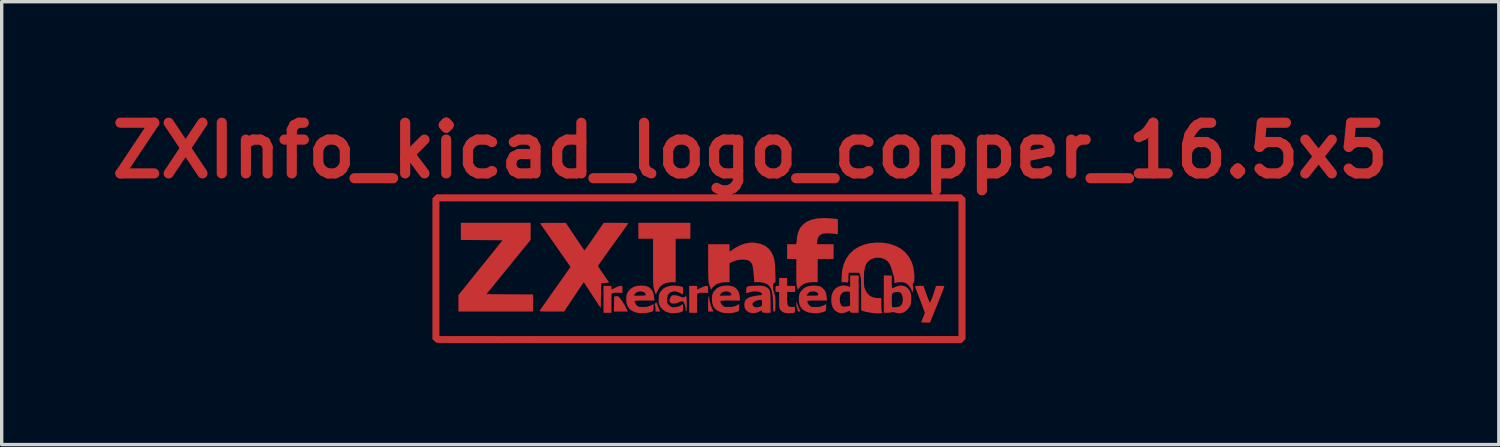
<source format=kicad_pcb>
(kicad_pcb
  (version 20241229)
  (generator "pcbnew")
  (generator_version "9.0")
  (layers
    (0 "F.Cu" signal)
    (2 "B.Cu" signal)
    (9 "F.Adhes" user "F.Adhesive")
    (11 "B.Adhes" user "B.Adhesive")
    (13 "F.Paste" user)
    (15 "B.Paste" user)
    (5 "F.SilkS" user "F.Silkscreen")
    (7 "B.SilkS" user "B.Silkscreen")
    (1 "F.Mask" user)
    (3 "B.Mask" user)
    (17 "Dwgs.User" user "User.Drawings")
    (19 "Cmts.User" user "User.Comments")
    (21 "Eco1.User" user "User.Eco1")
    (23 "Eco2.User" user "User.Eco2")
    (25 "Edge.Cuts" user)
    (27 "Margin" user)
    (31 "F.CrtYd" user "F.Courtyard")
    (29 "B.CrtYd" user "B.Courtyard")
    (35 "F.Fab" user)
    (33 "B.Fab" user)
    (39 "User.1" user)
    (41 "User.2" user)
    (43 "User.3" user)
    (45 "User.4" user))
  (footprint "ZXInfo_kicad_logo_copper_16.5x5"
    (layer "F.Cu")
    (at 17.657 4.904)
    (property "Reference" "ZXInfo_kicad_logo_copper_16.5x5" (at 1.5 -3.5 0) (layer "F.Cu") (effects (font (size 1.5 1.5) (thickness 0.3))))
    (attr board_only exclude_from_pos_files exclude_from_bom)
    (fp_poly (pts (xy -1.667 1.042) (xy -1.676 1.051) (xy -1.685 1.042) (xy -1.676 1.033)) (stroke (width 0) (type solid)) (fill yes) (layer "F.Cu"))
    (fp_poly (pts (xy 0.87 1.042) (xy 0.861 1.051) (xy 0.851 1.042) (xy 0.861 1.033)) (stroke (width 0) (type solid)) (fill yes) (layer "F.Cu"))
    (fp_poly (pts (xy 3.442 1.042) (xy 3.433 1.051) (xy 3.424 1.042) (xy 3.433 1.033)) (stroke (width 0) (type solid)) (fill yes) (layer "F.Cu"))
    (fp_poly (pts (xy 2.9 1.069) (xy 2.924 1.134) (xy 2.95 1.192) (xy 2.963 1.218) (xy 2.981 1.253) (xy 2.976 1.266) (xy 2.946 1.268) (xy 2.945 1.268) (xy 2.912 1.262) (xy 2.9 1.238) (xy 2.899 1.215) (xy 2.893 1.173) (xy 2.881 1.15) (xy 2.87 1.127) (xy 2.864 1.081) (xy 2.864 1.054) (xy 2.865 0.969)) (stroke (width 0) (type solid)) (fill yes) (layer "F.Cu"))
    (fp_poly (pts (xy 0.283 0.831) (xy 0.29 0.871) (xy 0.29 0.884) (xy 0.297 0.944) (xy 0.316 1.023) (xy 0.342 1.106) (xy 0.371 1.181) (xy 0.395 1.227) (xy 0.409 1.252) (xy 0.404 1.264) (xy 0.375 1.268) (xy 0.337 1.268) (xy 0.254 1.268) (xy 0.254 1.042) (xy 0.255 0.944) (xy 0.259 0.871) (xy 0.265 0.827) (xy 0.272 0.815)) (stroke (width 0) (type solid)) (fill yes) (layer "F.Cu"))
    (fp_poly (pts (xy -2.411 0.817) (xy -2.387 0.835) (xy -2.357 0.87) (xy -2.315 0.929) (xy -2.296 0.956) (xy -2.252 1.02) (xy -2.218 1.073) (xy -2.196 1.109) (xy -2.192 1.119) (xy -2.184 1.142) (xy -2.164 1.184) (xy -2.156 1.201) (xy -2.12 1.268) (xy -2.329 1.268) (xy -2.537 1.268) (xy -2.532 1.046) (xy -2.527 0.824) (xy -2.464 0.815) (xy -2.434 0.812)) (stroke (width 0) (type solid)) (fill yes) (layer "F.Cu"))
    (fp_poly (pts (xy -1.262 1.022) (xy -1.245 1.073) (xy -1.241 1.084) (xy -1.219 1.148) (xy -1.195 1.203) (xy -1.182 1.227) (xy -1.167 1.253) (xy -1.172 1.265) (xy -1.204 1.268) (xy -1.23 1.268) (xy -1.304 1.268) (xy -1.304 1.181) (xy -1.308 1.126) (xy -1.318 1.085) (xy -1.324 1.074) (xy -1.332 1.051) (xy -1.309 1.019) (xy -1.288 1.001) (xy -1.275 1)) (stroke (width 0) (type solid)) (fill yes) (layer "F.Cu"))
    (fp_poly (pts (xy -5 -1.107) (xy -5 -0.855) (xy -5.654 -0.052) (xy -6.308 0.752) (xy -5.618 0.757) (xy -4.928 0.761) (xy -4.928 1.015) (xy -4.928 1.268) (xy -6.033 1.268) (xy -7.138 1.268) (xy -7.138 1.024) (xy -7.138 0.779) (xy -6.485 -0.032) (xy -5.832 -0.842) (xy -6.449 -0.847) (xy -7.066 -0.852) (xy -7.066 -1.105) (xy -7.066 -1.359) (xy -6.033 -1.359) (xy -5 -1.359)) (stroke (width 0) (type solid)) (fill yes) (layer "F.Cu"))
    (fp_poly (pts (xy -2.609 0.562) (xy -2.608 0.6) (xy -2.604 0.616) (xy -2.604 0.616) (xy -2.587 0.608) (xy -2.547 0.588) (xy -2.493 0.561) (xy -2.429 0.533) (xy -2.37 0.513) (xy -2.335 0.507) (xy -2.305 0.509) (xy -2.29 0.52) (xy -2.284 0.549) (xy -2.283 0.604) (xy -2.283 0.612) (xy -2.283 0.717) (xy -2.396 0.71) (xy -2.465 0.71) (xy -2.527 0.715) (xy -2.559 0.723) (xy -2.609 0.742) (xy -2.609 1.023) (xy -2.609 1.304) (xy -2.727 1.304) (xy -2.844 1.304) (xy -2.844 0.906) (xy -2.844 0.507) (xy -2.727 0.507) (xy -2.609 0.507)) (stroke (width 0) (type solid)) (fill yes) (layer "F.Cu"))
    (fp_poly (pts (xy -0.072 0.562) (xy -0.071 0.6) (xy -0.068 0.616) (xy -0.068 0.616) (xy -0.051 0.608) (xy -0.01 0.588) (xy 0.043 0.561) (xy 0.107 0.533) (xy 0.166 0.513) (xy 0.202 0.507) (xy 0.231 0.509) (xy 0.246 0.52) (xy 0.252 0.549) (xy 0.254 0.604) (xy 0.254 0.612) (xy 0.254 0.717) (xy 0.14 0.71) (xy 0.071 0.71) (xy 0.01 0.715) (xy -0.023 0.723) (xy -0.072 0.742) (xy -0.072 1.023) (xy -0.072 1.304) (xy -0.19 1.304) (xy -0.308 1.304) (xy -0.308 0.906) (xy -0.308 0.507) (xy -0.19 0.507) (xy -0.072 0.507)) (stroke (width 0) (type solid)) (fill yes) (layer "F.Cu"))
    (fp_poly (pts (xy -0.272 -1.123) (xy -0.272 -0.888) (xy -0.489 -0.888) (xy -0.707 -0.888) (xy -0.707 -0.245) (xy -0.707 0.399) (xy -0.82 0.399) (xy -0.949 0.411) (xy -1.055 0.445) (xy -1.141 0.505) (xy -1.212 0.594) (xy -1.271 0.715) (xy -1.28 0.738) (xy -1.289 0.754) (xy -1.299 0.749) (xy -1.313 0.717) (xy -1.334 0.656) (xy -1.337 0.648) (xy -1.347 0.613) (xy -1.356 0.58) (xy -1.362 0.545) (xy -1.368 0.503) (xy -1.372 0.451) (xy -1.374 0.384) (xy -1.376 0.299) (xy -1.377 0.192) (xy -1.377 0.058) (xy -1.377 -0.107) (xy -1.377 -0.186) (xy -1.377 -0.888) (xy -1.594 -0.888) (xy -1.812 -0.888) (xy -1.812 -1.123) (xy -1.812 -1.359) (xy -1.042 -1.359) (xy -0.272 -1.359)) (stroke (width 0) (type solid)) (fill yes) (layer "F.Cu"))
    (fp_poly (pts (xy -0.734 0.785) (xy -0.707 0.788) (xy -0.643 0.799) (xy -0.588 0.816) (xy -0.567 0.826) (xy -0.517 0.846) (xy -0.468 0.85) (xy -0.432 0.836) (xy -0.423 0.824) (xy -0.408 0.797) (xy -0.395 0.805) (xy -0.387 0.85) (xy -0.382 0.93) (xy -0.38 1.033) (xy -0.382 1.133) (xy -0.386 1.209) (xy -0.392 1.255) (xy -0.399 1.268) (xy -0.409 1.252) (xy -0.416 1.211) (xy -0.417 1.181) (xy -0.42 1.126) (xy -0.428 1.087) (xy -0.433 1.077) (xy -0.448 1.047) (xy -0.456 1.015) (xy -0.476 0.977) (xy -0.517 0.963) (xy -0.573 0.973) (xy -0.618 0.995) (xy -0.682 1.021) (xy -0.753 1.032) (xy -0.82 1.027) (xy -0.868 1.006) (xy -0.871 1.005) (xy -0.889 0.965) (xy -0.888 0.91) (xy -0.867 0.852) (xy -0.84 0.812) (xy -0.815 0.792) (xy -0.784 0.783)) (stroke (width 0) (type solid)) (fill yes) (layer "F.Cu"))
    (fp_poly (pts (xy 2.591 0.39) (xy 2.591 0.507) (xy 2.708 0.507) (xy 2.826 0.507) (xy 2.826 0.598) (xy 2.826 0.688) (xy 2.708 0.688) (xy 2.591 0.688) (xy 2.591 0.865) (xy 2.593 0.969) (xy 2.601 1.043) (xy 2.617 1.09) (xy 2.644 1.118) (xy 2.685 1.13) (xy 2.732 1.132) (xy 2.826 1.132) (xy 2.826 1.216) (xy 2.825 1.267) (xy 2.815 1.293) (xy 2.789 1.305) (xy 2.758 1.311) (xy 2.633 1.32) (xy 2.52 1.306) (xy 2.506 1.303) (xy 2.456 1.277) (xy 2.408 1.237) (xy 2.402 1.23) (xy 2.383 1.206) (xy 2.37 1.182) (xy 2.362 1.151) (xy 2.357 1.106) (xy 2.356 1.039) (xy 2.355 0.944) (xy 2.355 0.932) (xy 2.355 0.688) (xy 2.301 0.688) (xy 2.269 0.686) (xy 2.253 0.674) (xy 2.247 0.643) (xy 2.247 0.598) (xy 2.248 0.544) (xy 2.255 0.517) (xy 2.274 0.508) (xy 2.301 0.507) (xy 2.355 0.507) (xy 2.355 0.39) (xy 2.355 0.272) (xy 2.473 0.272) (xy 2.591 0.272)) (stroke (width 0) (type solid)) (fill yes) (layer "F.Cu"))
    (fp_poly (pts (xy 7.813 -2.142) (xy 7.872 -2.083) (xy 7.872 0) (xy 7.872 2.083) (xy 7.813 2.142) (xy 7.753 2.201) (xy 0.004 2.205) (xy -0.524 2.205) (xy -1.043 2.205) (xy -1.552 2.205) (xy -2.05 2.205) (xy -2.534 2.205) (xy -3.006 2.205) (xy -3.462 2.205) (xy -3.902 2.204) (xy -4.324 2.204) (xy -4.728 2.204) (xy -5.113 2.203) (xy -5.476 2.203) (xy -5.818 2.202) (xy -6.136 2.201) (xy -6.43 2.201) (xy -6.698 2.2) (xy -6.94 2.199) (xy -7.153 2.199) (xy -7.338 2.198) (xy -7.492 2.197) (xy -7.614 2.196) (xy -7.704 2.195) (xy -7.76 2.194) (xy -7.781 2.193) (xy -7.781 2.193) (xy -7.818 2.17) (xy -7.859 2.133) (xy -7.863 2.129) (xy -7.908 2.081) (xy -7.908 -0.001) (xy -7.908 -1.993) (xy -7.7 -1.993) (xy -7.7 0) (xy -7.7 1.993) (xy -0.018 1.993) (xy 7.663 1.993) (xy 7.663 0) (xy 7.663 -1.993) (xy -0.018 -1.993) (xy -7.7 -1.993) (xy -7.908 -1.993) (xy -7.908 -2.083) (xy -7.849 -2.142) (xy -7.79 -2.201) (xy -0.018 -2.201) (xy 7.753 -2.201)) (stroke (width 0) (type solid)) (fill yes) (layer "F.Cu"))
    (fp_poly (pts (xy 4.71 0.752) (xy 4.71 1.304) (xy 4.584 1.304) (xy 4.517 1.303) (xy 4.479 1.299) (xy 4.461 1.289) (xy 4.457 1.271) (xy 4.457 1.269) (xy 4.455 1.25) (xy 4.444 1.245) (xy 4.415 1.254) (xy 4.362 1.278) (xy 4.362 1.278) (xy 4.272 1.311) (xy 4.195 1.319) (xy 4.118 1.302) (xy 4.084 1.288) (xy 4 1.232) (xy 3.942 1.151) (xy 3.907 1.044) (xy 3.896 0.914) (xy 4.149 0.914) (xy 4.157 0.987) (xy 4.177 1.051) (xy 4.206 1.097) (xy 4.225 1.111) (xy 4.277 1.121) (xy 4.343 1.119) (xy 4.403 1.108) (xy 4.411 1.105) (xy 4.458 1.087) (xy 4.453 0.883) (xy 4.448 0.679) (xy 4.377 0.674) (xy 4.288 0.68) (xy 4.219 0.716) (xy 4.173 0.779) (xy 4.151 0.869) (xy 4.149 0.914) (xy 3.896 0.914) (xy 3.896 0.909) (xy 3.896 0.908) (xy 3.91 0.778) (xy 3.952 0.67) (xy 4.02 0.586) (xy 4.111 0.528) (xy 4.225 0.497) (xy 4.225 0.497) (xy 4.32 0.499) (xy 4.38 0.514) (xy 4.457 0.542) (xy 4.457 0.371) (xy 4.457 0.199) (xy 4.584 0.199) (xy 4.71 0.199)) (stroke (width 0) (type solid)) (fill yes) (layer "F.Cu"))
    (fp_poly (pts (xy 6.713 0.747) (xy 6.745 0.835) (xy 6.774 0.911) (xy 6.797 0.967) (xy 6.811 0.999) (xy 6.813 1.002) (xy 6.824 0.993) (xy 6.844 0.954) (xy 6.871 0.89) (xy 6.902 0.806) (xy 6.937 0.706) (xy 6.967 0.611) (xy 7 0.507) (xy 7.123 0.507) (xy 7.185 0.509) (xy 7.229 0.514) (xy 7.247 0.521) (xy 7.247 0.521) (xy 7.24 0.54) (xy 7.222 0.589) (xy 7.193 0.664) (xy 7.156 0.759) (xy 7.111 0.872) (xy 7.061 0.997) (xy 7.034 1.064) (xy 6.821 1.594) (xy 6.69 1.594) (xy 6.626 1.593) (xy 6.579 1.589) (xy 6.559 1.584) (xy 6.558 1.584) (xy 6.565 1.563) (xy 6.583 1.519) (xy 6.608 1.459) (xy 6.613 1.449) (xy 6.639 1.387) (xy 6.658 1.336) (xy 6.667 1.307) (xy 6.667 1.305) (xy 6.661 1.283) (xy 6.643 1.232) (xy 6.616 1.158) (xy 6.582 1.066) (xy 6.542 0.962) (xy 6.529 0.928) (xy 6.487 0.819) (xy 6.45 0.721) (xy 6.418 0.639) (xy 6.395 0.578) (xy 6.383 0.543) (xy 6.382 0.539) (xy 6.381 0.522) (xy 6.395 0.513) (xy 6.432 0.508) (xy 6.497 0.507) (xy 6.499 0.507) (xy 6.626 0.507)) (stroke (width 0) (type solid)) (fill yes) (layer "F.Cu"))
    (fp_poly (pts (xy -0.7 0.503) (xy -0.623 0.51) (xy -0.566 0.522) (xy -0.489 0.545) (xy -0.489 0.653) (xy -0.49 0.71) (xy -0.493 0.749) (xy -0.496 0.761) (xy -0.515 0.753) (xy -0.554 0.732) (xy -0.582 0.716) (xy -0.677 0.677) (xy -0.768 0.67) (xy -0.85 0.694) (xy -0.891 0.722) (xy -0.923 0.755) (xy -0.942 0.788) (xy -0.952 0.835) (xy -0.957 0.894) (xy -0.96 0.959) (xy -0.956 1.001) (xy -0.942 1.032) (xy -0.913 1.065) (xy -0.899 1.08) (xy -0.86 1.116) (xy -0.828 1.135) (xy -0.789 1.141) (xy -0.729 1.138) (xy -0.724 1.138) (xy -0.629 1.122) (xy -0.562 1.09) (xy -0.525 1.064) (xy -0.501 1.051) (xy -0.499 1.051) (xy -0.494 1.067) (xy -0.49 1.11) (xy -0.489 1.158) (xy -0.49 1.218) (xy -0.497 1.252) (xy -0.513 1.271) (xy -0.544 1.284) (xy -0.548 1.285) (xy -0.625 1.303) (xy -0.721 1.313) (xy -0.82 1.314) (xy -0.904 1.304) (xy -0.906 1.304) (xy -1.01 1.266) (xy -1.101 1.201) (xy -1.168 1.117) (xy -1.174 1.105) (xy -1.197 1.054) (xy -1.208 1.005) (xy -1.212 0.942) (xy -1.21 0.885) (xy -1.205 0.808) (xy -1.195 0.754) (xy -1.177 0.709) (xy -1.15 0.669) (xy -1.074 0.587) (xy -0.976 0.533) (xy -0.855 0.505) (xy -0.78 0.5)) (stroke (width 0) (type solid)) (fill yes) (layer "F.Cu"))
    (fp_poly (pts (xy 5.689 0.39) (xy 5.69 0.47) (xy 5.694 0.532) (xy 5.701 0.571) (xy 5.706 0.58) (xy 5.731 0.571) (xy 5.773 0.55) (xy 5.783 0.545) (xy 5.883 0.505) (xy 5.982 0.496) (xy 6.075 0.518) (xy 6.155 0.568) (xy 6.217 0.643) (xy 6.249 0.72) (xy 6.264 0.808) (xy 6.267 0.912) (xy 6.259 1.011) (xy 6.249 1.057) (xy 6.215 1.13) (xy 6.159 1.202) (xy 6.092 1.262) (xy 6.024 1.299) (xy 6.018 1.301) (xy 5.944 1.318) (xy 5.878 1.318) (xy 5.801 1.301) (xy 5.779 1.295) (xy 5.726 1.282) (xy 5.696 1.283) (xy 5.692 1.287) (xy 5.672 1.296) (xy 5.626 1.302) (xy 5.569 1.304) (xy 5.453 1.304) (xy 5.453 0.931) (xy 5.689 0.931) (xy 5.69 1.01) (xy 5.693 1.075) (xy 5.697 1.117) (xy 5.701 1.129) (xy 5.73 1.139) (xy 5.782 1.141) (xy 5.841 1.136) (xy 5.896 1.125) (xy 5.922 1.116) (xy 5.974 1.072) (xy 6.004 1.004) (xy 6.015 0.908) (xy 6.015 0.904) (xy 6.006 0.822) (xy 5.983 0.755) (xy 5.95 0.71) (xy 5.932 0.7) (xy 5.874 0.689) (xy 5.806 0.692) (xy 5.747 0.707) (xy 5.729 0.717) (xy 5.711 0.732) (xy 5.699 0.753) (xy 5.692 0.787) (xy 5.689 0.841) (xy 5.689 0.924) (xy 5.689 0.931) (xy 5.453 0.931) (xy 5.453 0.752) (xy 5.453 0.199) (xy 5.571 0.199) (xy 5.689 0.199)) (stroke (width 0) (type solid)) (fill yes) (layer "F.Cu"))
    (fp_poly (pts (xy 3.801 -1.496) (xy 3.886 -1.49) (xy 3.962 -1.483) (xy 4.02 -1.477) (xy 4.041 -1.474) (xy 4.094 -1.463) (xy 4.094 -1.237) (xy 4.094 -1.143) (xy 4.093 -1.08) (xy 4.09 -1.042) (xy 4.083 -1.023) (xy 4.072 -1.018) (xy 4.056 -1.022) (xy 4.054 -1.023) (xy 4.018 -1.029) (xy 3.956 -1.037) (xy 3.881 -1.043) (xy 3.85 -1.045) (xy 3.727 -1.046) (xy 3.633 -1.032) (xy 3.565 -0.999) (xy 3.52 -0.945) (xy 3.493 -0.868) (xy 3.484 -0.818) (xy 3.473 -0.725) (xy 3.721 -0.725) (xy 3.968 -0.725) (xy 3.968 -0.507) (xy 3.968 -0.29) (xy 3.732 -0.29) (xy 3.497 -0.29) (xy 3.497 0.054) (xy 3.497 0.399) (xy 3.346 0.399) (xy 3.206 0.411) (xy 3.091 0.449) (xy 2.998 0.513) (xy 2.951 0.567) (xy 2.92 0.608) (xy 2.905 0.623) (xy 2.899 0.613) (xy 2.899 0.593) (xy 2.892 0.553) (xy 2.881 0.534) (xy 2.874 0.513) (xy 2.869 0.458) (xy 2.866 0.372) (xy 2.863 0.259) (xy 2.862 0.12) (xy 2.862 0.117) (xy 2.862 -0.29) (xy 2.727 -0.29) (xy 2.591 -0.29) (xy 2.591 -0.507) (xy 2.591 -0.725) (xy 2.724 -0.725) (xy 2.858 -0.725) (xy 2.869 -0.781) (xy 2.878 -0.843) (xy 2.881 -0.897) (xy 2.886 -0.946) (xy 2.9 -1.013) (xy 2.917 -1.074) (xy 2.974 -1.203) (xy 3.06 -1.309) (xy 3.172 -1.392) (xy 3.312 -1.452) (xy 3.479 -1.488) (xy 3.672 -1.5)) (stroke (width 0) (type solid)) (fill yes) (layer "F.Cu"))
    (fp_poly (pts (xy -1.626 0.505) (xy -1.548 0.523) (xy -1.486 0.556) (xy -1.438 0.601) (xy -1.398 0.651) (xy -1.373 0.704) (xy -1.356 0.772) (xy -1.349 0.83) (xy -1.336 0.942) (xy -1.628 0.942) (xy -1.737 0.942) (xy -1.815 0.943) (xy -1.867 0.946) (xy -1.898 0.951) (xy -1.914 0.958) (xy -1.92 0.969) (xy -1.92 0.978) (xy -1.909 1.013) (xy -1.88 1.058) (xy -1.868 1.073) (xy -1.839 1.103) (xy -1.813 1.121) (xy -1.778 1.129) (xy -1.724 1.132) (xy -1.673 1.132) (xy -1.587 1.13) (xy -1.524 1.12) (xy -1.471 1.1) (xy -1.453 1.092) (xy -1.406 1.068) (xy -1.374 1.053) (xy -1.366 1.051) (xy -1.362 1.067) (xy -1.361 1.11) (xy -1.362 1.153) (xy -1.367 1.212) (xy -1.376 1.245) (xy -1.397 1.264) (xy -1.436 1.279) (xy -1.44 1.281) (xy -1.535 1.303) (xy -1.647 1.314) (xy -1.762 1.313) (xy -1.863 1.3) (xy -1.883 1.295) (xy -1.998 1.249) (xy -2.083 1.184) (xy -2.139 1.097) (xy -2.168 0.988) (xy -2.171 0.878) (xy -2.165 0.801) (xy -2.164 0.797) (xy -1.938 0.797) (xy -1.766 0.797) (xy -1.684 0.796) (xy -1.632 0.793) (xy -1.604 0.785) (xy -1.595 0.774) (xy -1.594 0.77) (xy -1.61 0.724) (xy -1.65 0.692) (xy -1.706 0.674) (xy -1.77 0.672) (xy -1.833 0.684) (xy -1.885 0.713) (xy -1.918 0.754) (xy -1.938 0.797) (xy -2.164 0.797) (xy -2.153 0.746) (xy -2.131 0.699) (xy -2.11 0.668) (xy -2.035 0.587) (xy -1.942 0.533) (xy -1.828 0.504) (xy -1.731 0.499)) (stroke (width 0) (type solid)) (fill yes) (layer "F.Cu"))
    (fp_poly (pts (xy 0.91 0.505) (xy 0.988 0.523) (xy 1.05 0.556) (xy 1.098 0.601) (xy 1.138 0.651) (xy 1.164 0.704) (xy 1.18 0.772) (xy 1.188 0.83) (xy 1.2 0.942) (xy 0.908 0.942) (xy 0.799 0.942) (xy 0.721 0.943) (xy 0.669 0.946) (xy 0.638 0.951) (xy 0.622 0.958) (xy 0.617 0.969) (xy 0.616 0.978) (xy 0.628 1.013) (xy 0.657 1.058) (xy 0.669 1.073) (xy 0.697 1.103) (xy 0.724 1.121) (xy 0.759 1.129) (xy 0.813 1.132) (xy 0.864 1.132) (xy 0.949 1.13) (xy 1.012 1.12) (xy 1.066 1.1) (xy 1.083 1.092) (xy 1.13 1.068) (xy 1.163 1.053) (xy 1.17 1.051) (xy 1.174 1.067) (xy 1.175 1.11) (xy 1.174 1.153) (xy 1.17 1.212) (xy 1.161 1.245) (xy 1.14 1.264) (xy 1.101 1.279) (xy 1.096 1.281) (xy 1.002 1.303) (xy 0.889 1.314) (xy 0.774 1.313) (xy 0.673 1.3) (xy 0.653 1.295) (xy 0.538 1.249) (xy 0.453 1.184) (xy 0.397 1.097) (xy 0.369 0.988) (xy 0.365 0.878) (xy 0.372 0.801) (xy 0.372 0.797) (xy 0.599 0.797) (xy 0.77 0.797) (xy 0.852 0.796) (xy 0.904 0.793) (xy 0.932 0.785) (xy 0.942 0.774) (xy 0.942 0.77) (xy 0.927 0.724) (xy 0.887 0.692) (xy 0.83 0.674) (xy 0.766 0.672) (xy 0.704 0.684) (xy 0.651 0.713) (xy 0.618 0.754) (xy 0.599 0.797) (xy 0.372 0.797) (xy 0.384 0.746) (xy 0.406 0.699) (xy 0.426 0.668) (xy 0.501 0.587) (xy 0.594 0.533) (xy 0.708 0.504) (xy 0.806 0.499)) (stroke (width 0) (type solid)) (fill yes) (layer "F.Cu"))
    (fp_poly (pts (xy 3.483 0.505) (xy 3.561 0.523) (xy 3.623 0.556) (xy 3.671 0.601) (xy 3.711 0.651) (xy 3.736 0.704) (xy 3.753 0.772) (xy 3.76 0.83) (xy 3.773 0.942) (xy 3.481 0.942) (xy 3.372 0.942) (xy 3.294 0.943) (xy 3.242 0.946) (xy 3.211 0.951) (xy 3.195 0.958) (xy 3.189 0.969) (xy 3.189 0.978) (xy 3.2 1.013) (xy 3.229 1.058) (xy 3.241 1.073) (xy 3.27 1.103) (xy 3.296 1.121) (xy 3.331 1.129) (xy 3.385 1.132) (xy 3.436 1.132) (xy 3.522 1.13) (xy 3.585 1.12) (xy 3.638 1.1) (xy 3.656 1.092) (xy 3.703 1.068) (xy 3.735 1.053) (xy 3.743 1.051) (xy 3.747 1.067) (xy 3.748 1.11) (xy 3.747 1.153) (xy 3.742 1.212) (xy 3.733 1.245) (xy 3.712 1.264) (xy 3.673 1.279) (xy 3.669 1.281) (xy 3.574 1.303) (xy 3.462 1.314) (xy 3.347 1.313) (xy 3.246 1.3) (xy 3.226 1.295) (xy 3.111 1.249) (xy 3.026 1.184) (xy 2.97 1.097) (xy 2.941 0.988) (xy 2.938 0.878) (xy 2.944 0.801) (xy 2.945 0.797) (xy 3.171 0.797) (xy 3.343 0.797) (xy 3.425 0.796) (xy 3.477 0.793) (xy 3.505 0.785) (xy 3.514 0.774) (xy 3.515 0.77) (xy 3.499 0.724) (xy 3.459 0.692) (xy 3.403 0.674) (xy 3.339 0.672) (xy 3.276 0.684) (xy 3.224 0.713) (xy 3.191 0.754) (xy 3.171 0.797) (xy 2.945 0.797) (xy 2.956 0.746) (xy 2.978 0.699) (xy 2.999 0.668) (xy 3.074 0.587) (xy 3.167 0.533) (xy 3.281 0.504) (xy 3.378 0.499)) (stroke (width 0) (type solid)) (fill yes) (layer "F.Cu"))
    (fp_poly (pts (xy 1.845 0.505) (xy 1.896 0.514) (xy 1.941 0.529) (xy 1.958 0.537) (xy 2.005 0.562) (xy 2.041 0.59) (xy 2.067 0.628) (xy 2.084 0.68) (xy 2.095 0.751) (xy 2.1 0.847) (xy 2.102 0.972) (xy 2.102 1.004) (xy 2.102 1.304) (xy 1.975 1.304) (xy 1.908 1.303) (xy 1.87 1.299) (xy 1.852 1.289) (xy 1.848 1.271) (xy 1.848 1.268) (xy 1.846 1.242) (xy 1.836 1.235) (xy 1.809 1.246) (xy 1.769 1.269) (xy 1.675 1.306) (xy 1.573 1.316) (xy 1.476 1.297) (xy 1.455 1.288) (xy 1.382 1.237) (xy 1.337 1.164) (xy 1.323 1.071) (xy 1.323 1.069) (xy 1.326 1.041) (xy 1.564 1.041) (xy 1.568 1.07) (xy 1.584 1.096) (xy 1.614 1.128) (xy 1.658 1.14) (xy 1.684 1.141) (xy 1.744 1.136) (xy 1.797 1.122) (xy 1.802 1.12) (xy 1.83 1.103) (xy 1.844 1.075) (xy 1.848 1.026) (xy 1.848 1.012) (xy 1.847 0.959) (xy 1.839 0.933) (xy 1.819 0.925) (xy 1.798 0.924) (xy 1.718 0.933) (xy 1.646 0.958) (xy 1.594 0.993) (xy 1.583 1.006) (xy 1.564 1.041) (xy 1.326 1.041) (xy 1.334 0.985) (xy 1.369 0.918) (xy 1.431 0.867) (xy 1.522 0.83) (xy 1.645 0.803) (xy 1.684 0.798) (xy 1.754 0.789) (xy 1.809 0.783) (xy 1.839 0.779) (xy 1.843 0.779) (xy 1.847 0.764) (xy 1.848 0.753) (xy 1.831 0.717) (xy 1.787 0.69) (xy 1.72 0.675) (xy 1.639 0.671) (xy 1.549 0.68) (xy 1.475 0.697) (xy 1.423 0.713) (xy 1.389 0.723) (xy 1.38 0.724) (xy 1.378 0.708) (xy 1.379 0.667) (xy 1.38 0.631) (xy 1.386 0.575) (xy 1.396 0.544) (xy 1.419 0.528) (xy 1.44 0.52) (xy 1.481 0.513) (xy 1.548 0.507) (xy 1.629 0.503) (xy 1.685 0.501) (xy 1.778 0.501)) (stroke (width 0) (type solid)) (fill yes) (layer "F.Cu"))
    (fp_poly (pts (xy -2.34 -1.358) (xy -2.244 -1.357) (xy -2.177 -1.354) (xy -2.135 -1.35) (xy -2.115 -1.344) (xy -2.113 -1.336) (xy -2.126 -1.317) (xy -2.159 -1.272) (xy -2.207 -1.203) (xy -2.271 -1.115) (xy -2.346 -1.011) (xy -2.431 -0.893) (xy -2.523 -0.764) (xy -2.567 -0.703) (xy -2.662 -0.572) (xy -2.749 -0.45) (xy -2.827 -0.34) (xy -2.894 -0.246) (xy -2.948 -0.17) (xy -2.985 -0.115) (xy -3.005 -0.086) (xy -3.007 -0.081) (xy -2.998 -0.063) (xy -2.97 -0.021) (xy -2.929 0.041) (xy -2.878 0.116) (xy -2.844 0.164) (xy -2.789 0.244) (xy -2.741 0.314) (xy -2.705 0.367) (xy -2.685 0.399) (xy -2.681 0.406) (xy -2.698 0.412) (xy -2.741 0.417) (xy -2.795 0.42) (xy -2.908 0.426) (xy -2.917 0.796) (xy -2.926 1.167) (xy -3.177 0.782) (xy -3.429 0.397) (xy -3.719 0.832) (xy -4.01 1.268) (xy -4.379 1.268) (xy -4.508 1.268) (xy -4.604 1.266) (xy -4.671 1.263) (xy -4.713 1.259) (xy -4.733 1.253) (xy -4.735 1.246) (xy -4.722 1.226) (xy -4.69 1.181) (xy -4.642 1.112) (xy -4.58 1.023) (xy -4.505 0.917) (xy -4.421 0.797) (xy -4.329 0.667) (xy -4.271 0.584) (xy -3.82 -0.054) (xy -4.262 -0.685) (xy -4.356 -0.819) (xy -4.444 -0.945) (xy -4.524 -1.059) (xy -4.592 -1.157) (xy -4.648 -1.237) (xy -4.689 -1.296) (xy -4.713 -1.33) (xy -4.717 -1.337) (xy -4.714 -1.344) (xy -4.69 -1.35) (xy -4.643 -1.354) (xy -4.569 -1.357) (xy -4.466 -1.358) (xy -4.345 -1.358) (xy -3.959 -1.358) (xy -3.687 -0.952) (xy -3.615 -0.844) (xy -3.549 -0.748) (xy -3.493 -0.666) (xy -3.449 -0.602) (xy -3.419 -0.56) (xy -3.406 -0.545) (xy -3.406 -0.545) (xy -3.394 -0.559) (xy -3.364 -0.6) (xy -3.319 -0.662) (xy -3.262 -0.743) (xy -3.195 -0.839) (xy -3.122 -0.945) (xy -3.118 -0.952) (xy -2.838 -1.359) (xy -2.469 -1.359)) (stroke (width 0) (type solid)) (fill yes) (layer "F.Cu"))
    (fp_poly (pts (xy 1.638 -0.77) (xy 1.799 -0.739) (xy 1.934 -0.682) (xy 2.043 -0.599) (xy 2.128 -0.49) (xy 2.19 -0.355) (xy 2.193 -0.344) (xy 2.208 -0.288) (xy 2.22 -0.225) (xy 2.229 -0.147) (xy 2.235 -0.048) (xy 2.241 0.08) (xy 2.241 0.092) (xy 2.245 0.207) (xy 2.247 0.29) (xy 2.247 0.347) (xy 2.244 0.384) (xy 2.238 0.405) (xy 2.229 0.415) (xy 2.216 0.42) (xy 2.213 0.421) (xy 2.191 0.431) (xy 2.179 0.452) (xy 2.175 0.494) (xy 2.174 0.541) (xy 2.177 0.601) (xy 2.184 0.645) (xy 2.192 0.661) (xy 2.206 0.686) (xy 2.21 0.716) (xy 2.217 0.754) (xy 2.228 0.77) (xy 2.236 0.792) (xy 2.241 0.845) (xy 2.245 0.923) (xy 2.247 1.02) (xy 2.247 1.025) (xy 2.246 1.123) (xy 2.245 1.19) (xy 2.241 1.233) (xy 2.235 1.256) (xy 2.225 1.266) (xy 2.211 1.268) (xy 2.21 1.268) (xy 2.196 1.266) (xy 2.186 1.257) (xy 2.179 1.233) (xy 2.176 1.191) (xy 2.174 1.124) (xy 2.174 1.027) (xy 2.168 0.854) (xy 2.15 0.713) (xy 2.117 0.601) (xy 2.068 0.517) (xy 2.001 0.457) (xy 1.914 0.419) (xy 1.807 0.401) (xy 1.736 0.399) (xy 1.62 0.399) (xy 1.6 0.154) (xy 1.587 0.031) (xy 1.573 -0.062) (xy 1.553 -0.13) (xy 1.526 -0.179) (xy 1.49 -0.215) (xy 1.449 -0.241) (xy 1.377 -0.263) (xy 1.283 -0.271) (xy 1.179 -0.263) (xy 1.075 -0.243) (xy 0.992 -0.213) (xy 0.888 -0.165) (xy 0.888 0.117) (xy 0.888 0.399) (xy 0.755 0.399) (xy 0.621 0.413) (xy 0.507 0.456) (xy 0.414 0.525) (xy 0.379 0.567) (xy 0.348 0.608) (xy 0.332 0.623) (xy 0.327 0.613) (xy 0.326 0.593) (xy 0.32 0.553) (xy 0.308 0.534) (xy 0.294 0.509) (xy 0.29 0.48) (xy 0.283 0.442) (xy 0.272 0.426) (xy 0.266 0.404) (xy 0.262 0.348) (xy 0.258 0.26) (xy 0.256 0.141) (xy 0.254 -0.008) (xy 0.254 -0.155) (xy 0.254 -0.725) (xy 0.571 -0.725) (xy 0.888 -0.725) (xy 0.888 -0.615) (xy 0.888 -0.506) (xy 0.998 -0.581) (xy 1.171 -0.681) (xy 1.341 -0.745) (xy 1.508 -0.774)) (stroke (width 0) (type solid)) (fill yes) (layer "F.Cu"))
    (fp_poly (pts (xy 5.443 -0.768) (xy 5.632 -0.735) (xy 5.805 -0.676) (xy 5.959 -0.592) (xy 6.082 -0.491) (xy 6.197 -0.352) (xy 6.281 -0.195) (xy 6.335 -0.019) (xy 6.358 0.177) (xy 6.359 0.233) (xy 6.358 0.317) (xy 6.354 0.371) (xy 6.345 0.405) (xy 6.331 0.424) (xy 6.328 0.426) (xy 6.309 0.447) (xy 6.308 0.476) (xy 6.318 0.515) (xy 6.329 0.58) (xy 6.317 0.643) (xy 6.315 0.648) (xy 6.293 0.714) (xy 6.282 0.66) (xy 6.253 0.584) (xy 6.2 0.508) (xy 6.134 0.446) (xy 6.125 0.44) (xy 6.077 0.415) (xy 6.022 0.402) (xy 5.948 0.399) (xy 5.881 0.401) (xy 5.825 0.409) (xy 5.796 0.417) (xy 5.776 0.425) (xy 5.766 0.416) (xy 5.762 0.384) (xy 5.761 0.339) (xy 5.759 0.282) (xy 5.754 0.242) (xy 5.749 0.23) (xy 5.74 0.208) (xy 5.724 0.159) (xy 5.706 0.092) (xy 5.695 0.051) (xy 5.659 -0.067) (xy 5.616 -0.156) (xy 5.563 -0.223) (xy 5.493 -0.274) (xy 5.471 -0.285) (xy 5.37 -0.319) (xy 5.261 -0.327) (xy 5.153 -0.309) (xy 5.056 -0.267) (xy 4.98 -0.204) (xy 4.979 -0.202) (xy 4.934 -0.139) (xy 4.902 -0.065) (xy 4.88 0.025) (xy 4.868 0.137) (xy 4.864 0.278) (xy 4.864 0.29) (xy 4.865 0.393) (xy 4.868 0.467) (xy 4.873 0.522) (xy 4.883 0.566) (xy 4.898 0.606) (xy 4.906 0.625) (xy 4.969 0.732) (xy 5.047 0.807) (xy 5.143 0.852) (xy 5.26 0.869) (xy 5.277 0.869) (xy 5.381 0.87) (xy 5.381 1.068) (xy 5.382 1.152) (xy 5.387 1.22) (xy 5.393 1.264) (xy 5.399 1.277) (xy 5.415 1.296) (xy 5.401 1.309) (xy 5.36 1.318) (xy 5.298 1.321) (xy 5.219 1.319) (xy 5.129 1.311) (xy 5.033 1.297) (xy 5.017 1.294) (xy 4.943 1.28) (xy 4.878 1.265) (xy 4.834 1.252) (xy 4.831 1.251) (xy 4.783 1.233) (xy 4.783 0.738) (xy 4.782 0.605) (xy 4.781 0.485) (xy 4.778 0.383) (xy 4.775 0.302) (xy 4.771 0.248) (xy 4.766 0.226) (xy 4.766 0.226) (xy 4.751 0.195) (xy 4.744 0.163) (xy 4.739 0.142) (xy 4.728 0.128) (xy 4.704 0.121) (xy 4.658 0.118) (xy 4.584 0.118) (xy 4.575 0.118) (xy 4.411 0.118) (xy 4.406 0.269) (xy 4.403 0.343) (xy 4.397 0.388) (xy 4.389 0.408) (xy 4.376 0.41) (xy 4.373 0.409) (xy 4.337 0.402) (xy 4.285 0.399) (xy 4.274 0.399) (xy 4.203 0.399) (xy 4.203 0.258) (xy 4.219 0.053) (xy 4.265 -0.133) (xy 4.339 -0.298) (xy 4.44 -0.441) (xy 4.569 -0.56) (xy 4.722 -0.655) (xy 4.899 -0.723) (xy 5.037 -0.754) (xy 5.243 -0.775)) (stroke (width 0) (type solid)) (fill yes) (layer "F.Cu")))
  (gr_rect
    (start -3 -3)
    (end 41.314 10.109)
    (stroke (width 0.1) (type default))
    (fill no)
    (layer "Edge.Cuts")))
</source>
